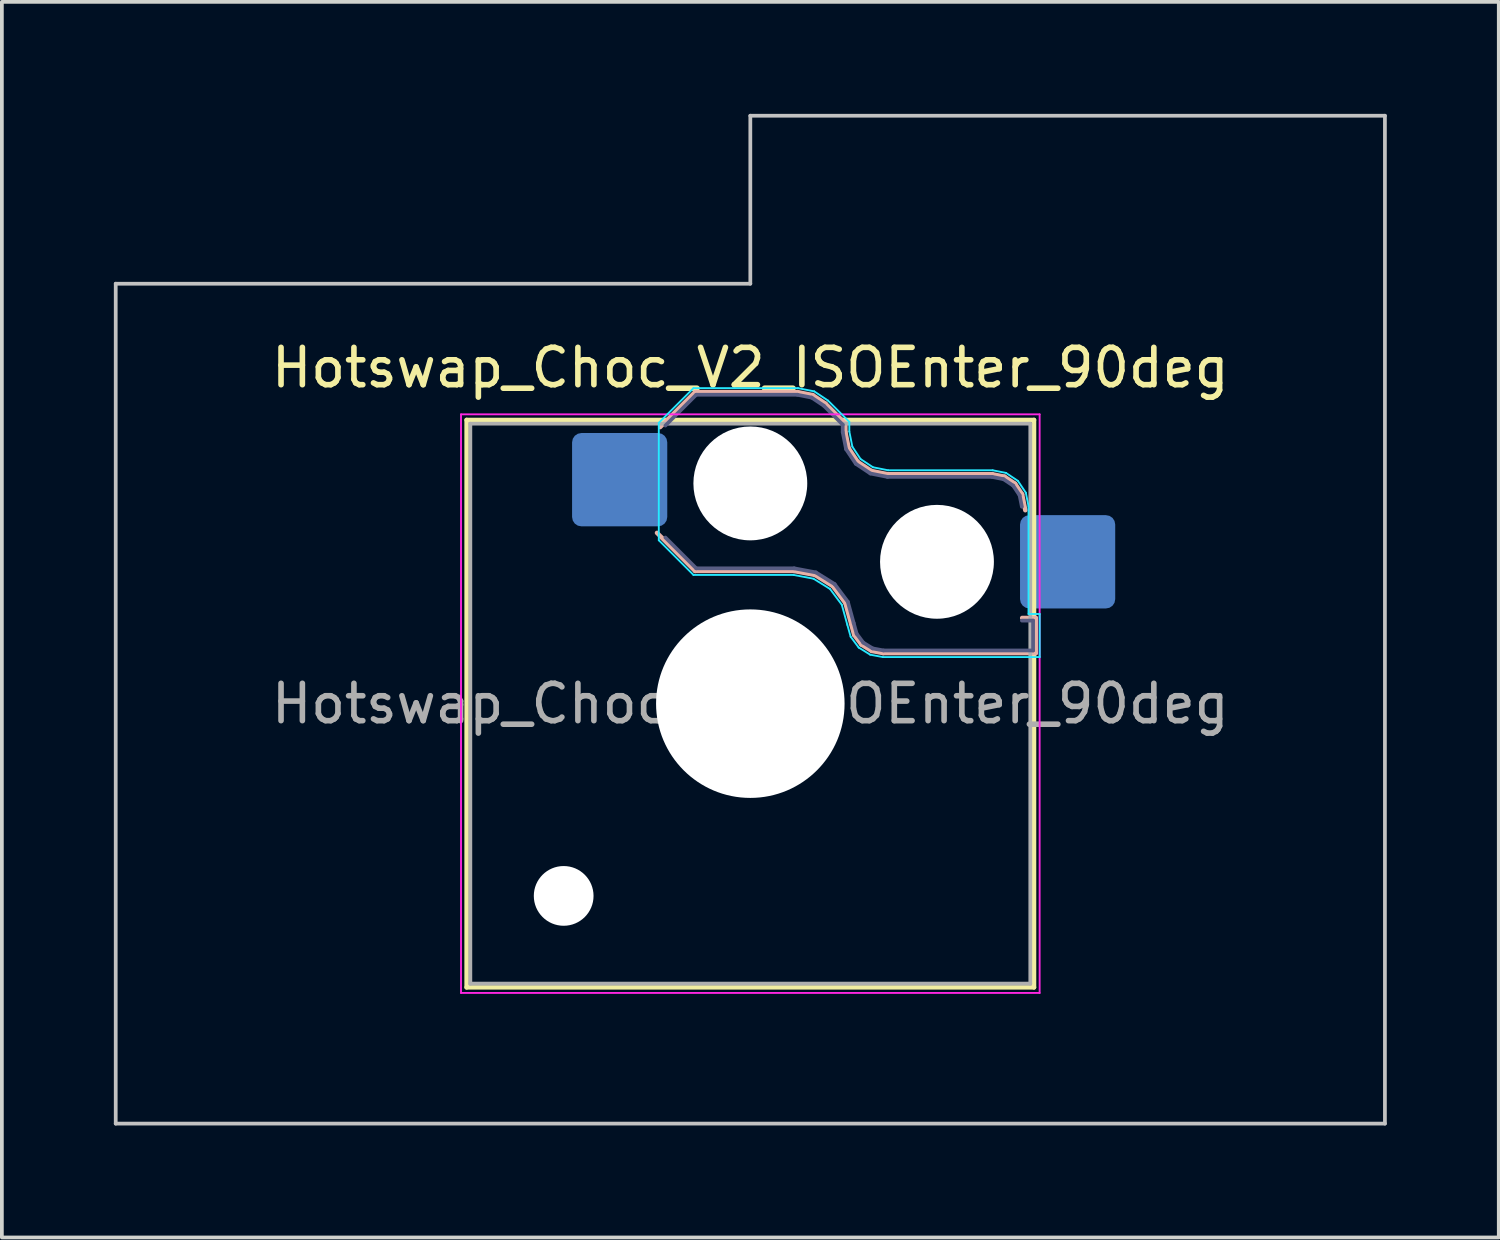
<source format=kicad_pcb>
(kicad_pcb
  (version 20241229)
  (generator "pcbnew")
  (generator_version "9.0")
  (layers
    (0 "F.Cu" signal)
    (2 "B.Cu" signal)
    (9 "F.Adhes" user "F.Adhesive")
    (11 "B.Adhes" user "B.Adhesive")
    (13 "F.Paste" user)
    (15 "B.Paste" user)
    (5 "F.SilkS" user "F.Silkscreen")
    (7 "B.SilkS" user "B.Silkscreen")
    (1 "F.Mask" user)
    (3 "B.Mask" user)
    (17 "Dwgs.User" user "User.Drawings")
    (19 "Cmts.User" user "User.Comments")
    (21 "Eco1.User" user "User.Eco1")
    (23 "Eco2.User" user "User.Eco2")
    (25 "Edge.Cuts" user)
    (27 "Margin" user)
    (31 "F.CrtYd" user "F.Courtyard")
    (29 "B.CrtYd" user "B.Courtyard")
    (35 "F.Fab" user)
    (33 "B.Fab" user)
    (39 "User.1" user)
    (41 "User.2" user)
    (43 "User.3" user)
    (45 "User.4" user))
  (footprint "Hotswap_Choc_V2_ISOEnter_90deg"
    (layer "F.Cu")
    (at 17.05 15.8)
    (property "Reference" "Hotswap_Choc_V2_ISOEnter_90deg" (at 0 -9 0) (layer "F.SilkS") (effects (font (size 1 1) (thickness 0.15))))
    (attr smd)
    (fp_line (start -7.6 -7.6) (end -7.6 7.6) (stroke (width 0.12) (type solid)) (layer "F.SilkS"))
    (fp_line (start -7.6 7.6) (end 7.6 7.6) (stroke (width 0.12) (type solid)) (layer "F.SilkS"))
    (fp_line (start 7.6 -7.6) (end -7.6 -7.6) (stroke (width 0.12) (type solid)) (layer "F.SilkS"))
    (fp_line (start 7.6 7.6) (end 7.6 -7.6) (stroke (width 0.12) (type solid)) (layer "F.SilkS"))
    (fp_line (start -2.416 -7.409) (end -1.479 -8.346) (stroke (width 0.12) (type solid)) (layer "B.SilkS"))
    (fp_line (start -1.479 -8.346) (end 1.268 -8.346) (stroke (width 0.12) (type solid)) (layer "B.SilkS"))
    (fp_line (start -1.479 -3.554) (end -2.5 -4.575) (stroke (width 0.12) (type solid)) (layer "B.SilkS"))
    (fp_line (start 1.168 -3.554) (end -1.479 -3.554) (stroke (width 0.12) (type solid)) (layer "B.SilkS"))
    (fp_line (start 1.268 -8.346) (end 1.671 -8.266) (stroke (width 0.12) (type solid)) (layer "B.SilkS"))
    (fp_line (start 1.671 -8.266) (end 2.013 -8.037) (stroke (width 0.12) (type solid)) (layer "B.SilkS"))
    (fp_line (start 1.73 -3.449) (end 1.168 -3.554) (stroke (width 0.12) (type solid)) (layer "B.SilkS"))
    (fp_line (start 2.013 -8.037) (end 2.546 -7.504) (stroke (width 0.12) (type solid)) (layer "B.SilkS"))
    (fp_line (start 2.209 -3.15) (end 1.73 -3.449) (stroke (width 0.12) (type solid)) (layer "B.SilkS"))
    (fp_line (start 2.546 -7.504) (end 2.546 -7.282) (stroke (width 0.12) (type solid)) (layer "B.SilkS"))
    (fp_line (start 2.546 -7.282) (end 2.633 -6.844) (stroke (width 0.12) (type solid)) (layer "B.SilkS"))
    (fp_line (start 2.547 -2.697) (end 2.209 -3.15) (stroke (width 0.12) (type solid)) (layer "B.SilkS"))
    (fp_line (start 2.633 -6.844) (end 2.877 -6.477) (stroke (width 0.12) (type solid)) (layer "B.SilkS"))
    (fp_line (start 2.701 -2.139) (end 2.547 -2.697) (stroke (width 0.12) (type solid)) (layer "B.SilkS"))
    (fp_line (start 2.783 -1.841) (end 2.701 -2.139) (stroke (width 0.12) (type solid)) (layer "B.SilkS"))
    (fp_line (start 2.877 -6.477) (end 3.244 -6.233) (stroke (width 0.12) (type solid)) (layer "B.SilkS"))
    (fp_line (start 2.976 -1.583) (end 2.783 -1.841) (stroke (width 0.12) (type solid)) (layer "B.SilkS"))
    (fp_line (start 3.244 -6.233) (end 3.682 -6.146) (stroke (width 0.12) (type solid)) (layer "B.SilkS"))
    (fp_line (start 3.25 -1.413) (end 2.976 -1.583) (stroke (width 0.12) (type solid)) (layer "B.SilkS"))
    (fp_line (start 3.56 -1.354) (end 3.25 -1.413) (stroke (width 0.12) (type solid)) (layer "B.SilkS"))
    (fp_line (start 3.682 -6.146) (end 6.482 -6.146) (stroke (width 0.12) (type solid)) (layer "B.SilkS"))
    (fp_line (start 6.482 -6.146) (end 6.809 -6.081) (stroke (width 0.12) (type solid)) (layer "B.SilkS"))
    (fp_line (start 6.809 -6.081) (end 7.092 -5.892) (stroke (width 0.12) (type solid)) (layer "B.SilkS"))
    (fp_line (start 7.092 -5.892) (end 7.281 -5.609) (stroke (width 0.12) (type solid)) (layer "B.SilkS"))
    (fp_line (start 7.281 -5.609) (end 7.366 -5.182) (stroke (width 0.12) (type solid)) (layer "B.SilkS"))
    (fp_line (start 7.283 -2.296) (end 7.646 -2.296) (stroke (width 0.12) (type solid)) (layer "B.SilkS"))
    (fp_line (start 7.646 -2.296) (end 7.646 -1.354) (stroke (width 0.12) (type solid)) (layer "B.SilkS"))
    (fp_line (start 7.646 -1.354) (end 3.56 -1.354) (stroke (width 0.12) (type solid)) (layer "B.SilkS"))
    (fp_line (start -17 -11.25) (end -17 11.25) (stroke (width 0.1) (type solid)) (layer "Dwgs.User"))
    (fp_line (start -17 11.25) (end 17 11.25) (stroke (width 0.1) (type solid)) (layer "Dwgs.User"))
    (fp_line (start 0 -15.75) (end 0 -11.25) (stroke (width 0.1) (type solid)) (layer "Dwgs.User"))
    (fp_line (start 0 -11.25) (end -17 -11.25) (stroke (width 0.1) (type solid)) (layer "Dwgs.User"))
    (fp_line (start 17 -15.75) (end 0 -15.75) (stroke (width 0.1) (type solid)) (layer "Dwgs.User"))
    (fp_line (start 17 11.25) (end 17 -15.75) (stroke (width 0.1) (type solid)) (layer "Dwgs.User"))
    (fp_line (start -7.25 -7.25) (end -7.25 7.25) (stroke (width 0.1) (type solid)) (layer "Eco1.User"))
    (fp_line (start -7.25 7.25) (end 7.25 7.25) (stroke (width 0.1) (type solid)) (layer "Eco1.User"))
    (fp_line (start 7.25 -7.25) (end -7.25 -7.25) (stroke (width 0.1) (type solid)) (layer "Eco1.User"))
    (fp_line (start 7.25 7.25) (end 7.25 -7.25) (stroke (width 0.1) (type solid)) (layer "Eco1.User"))
    (fp_line (start -2.452 -7.523) (end -1.523 -8.452) (stroke (width 0.05) (type solid)) (layer "B.CrtYd"))
    (fp_line (start -2.452 -4.377) (end -2.452 -7.523) (stroke (width 0.05) (type solid)) (layer "B.CrtYd"))
    (fp_line (start -1.523 -8.452) (end 1.278 -8.452) (stroke (width 0.05) (type solid)) (layer "B.CrtYd"))
    (fp_line (start -1.523 -3.448) (end -2.452 -4.377) (stroke (width 0.05) (type solid)) (layer "B.CrtYd"))
    (fp_line (start 1.159 -3.448) (end -1.523 -3.448) (stroke (width 0.05) (type solid)) (layer "B.CrtYd"))
    (fp_line (start 1.278 -8.452) (end 1.712 -8.366) (stroke (width 0.05) (type solid)) (layer "B.CrtYd"))
    (fp_line (start 1.691 -3.348) (end 1.159 -3.448) (stroke (width 0.05) (type solid)) (layer "B.CrtYd"))
    (fp_line (start 1.712 -8.366) (end 2.081 -8.119) (stroke (width 0.05) (type solid)) (layer "B.CrtYd"))
    (fp_line (start 2.081 -8.119) (end 2.652 -7.548) (stroke (width 0.05) (type solid)) (layer "B.CrtYd"))
    (fp_line (start 2.136 -3.071) (end 1.691 -3.348) (stroke (width 0.05) (type solid)) (layer "B.CrtYd"))
    (fp_line (start 2.45 -2.65) (end 2.136 -3.071) (stroke (width 0.05) (type solid)) (layer "B.CrtYd"))
    (fp_line (start 2.599 -2.111) (end 2.45 -2.65) (stroke (width 0.05) (type solid)) (layer "B.CrtYd"))
    (fp_line (start 2.652 -7.548) (end 2.652 -7.292) (stroke (width 0.05) (type solid)) (layer "B.CrtYd"))
    (fp_line (start 2.652 -7.292) (end 2.733 -6.885) (stroke (width 0.05) (type solid)) (layer "B.CrtYd"))
    (fp_line (start 2.687 -1.794) (end 2.599 -2.111) (stroke (width 0.05) (type solid)) (layer "B.CrtYd"))
    (fp_line (start 2.733 -6.885) (end 2.953 -6.553) (stroke (width 0.05) (type solid)) (layer "B.CrtYd"))
    (fp_line (start 2.903 -1.503) (end 2.687 -1.794) (stroke (width 0.05) (type solid)) (layer "B.CrtYd"))
    (fp_line (start 2.953 -6.553) (end 3.285 -6.333) (stroke (width 0.05) (type solid)) (layer "B.CrtYd"))
    (fp_line (start 3.211 -1.312) (end 2.903 -1.503) (stroke (width 0.05) (type solid)) (layer "B.CrtYd"))
    (fp_line (start 3.285 -6.333) (end 3.692 -6.252) (stroke (width 0.05) (type solid)) (layer "B.CrtYd"))
    (fp_line (start 3.55 -1.248) (end 3.211 -1.312) (stroke (width 0.05) (type solid)) (layer "B.CrtYd"))
    (fp_line (start 3.692 -6.252) (end 6.492 -6.252) (stroke (width 0.05) (type solid)) (layer "B.CrtYd"))
    (fp_line (start 6.492 -6.252) (end 6.85 -6.181) (stroke (width 0.05) (type solid)) (layer "B.CrtYd"))
    (fp_line (start 6.85 -6.181) (end 7.168 -5.968) (stroke (width 0.05) (type solid)) (layer "B.CrtYd"))
    (fp_line (start 7.168 -5.968) (end 7.381 -5.65) (stroke (width 0.05) (type solid)) (layer "B.CrtYd"))
    (fp_line (start 7.381 -5.65) (end 7.452 -5.292) (stroke (width 0.05) (type solid)) (layer "B.CrtYd"))
    (fp_line (start 7.452 -5.292) (end 7.452 -2.402) (stroke (width 0.05) (type solid)) (layer "B.CrtYd"))
    (fp_line (start 7.452 -2.402) (end 7.752 -2.402) (stroke (width 0.05) (type solid)) (layer "B.CrtYd"))
    (fp_line (start 7.752 -2.402) (end 7.752 -1.248) (stroke (width 0.05) (type solid)) (layer "B.CrtYd"))
    (fp_line (start 7.752 -1.248) (end 3.55 -1.248) (stroke (width 0.05) (type solid)) (layer "B.CrtYd"))
    (fp_line (start -7.75 -7.75) (end -7.75 7.75) (stroke (width 0.05) (type solid)) (layer "F.CrtYd"))
    (fp_line (start -7.75 7.75) (end 7.75 7.75) (stroke (width 0.05) (type solid)) (layer "F.CrtYd"))
    (fp_line (start 7.75 -7.75) (end -7.75 -7.75) (stroke (width 0.05) (type solid)) (layer "F.CrtYd"))
    (fp_line (start 7.75 7.75) (end 7.75 -7.75) (stroke (width 0.05) (type solid)) (layer "F.CrtYd"))
    (fp_line (start -2.275 -7.45) (end -1.45 -8.275) (stroke (width 0.1) (type solid)) (layer "B.Fab"))
    (fp_line (start -1.45 -8.275) (end 1.261 -8.275) (stroke (width 0.1) (type solid)) (layer "B.Fab"))
    (fp_line (start -1.45 -3.625) (end -2.275 -4.45) (stroke (width 0.1) (type solid)) (layer "B.Fab"))
    (fp_line (start 1.175 -3.625) (end -1.45 -3.625) (stroke (width 0.1) (type solid)) (layer "B.Fab"))
    (fp_line (start 1.261 -8.275) (end 1.643 -8.199) (stroke (width 0.1) (type solid)) (layer "B.Fab"))
    (fp_line (start 1.643 -8.199) (end 1.968 -7.982) (stroke (width 0.1) (type solid)) (layer "B.Fab"))
    (fp_line (start 1.756 -3.516) (end 1.175 -3.625) (stroke (width 0.1) (type solid)) (layer "B.Fab"))
    (fp_line (start 1.968 -7.982) (end 2.475 -7.475) (stroke (width 0.1) (type solid)) (layer "B.Fab"))
    (fp_line (start 2.258 -3.203) (end 1.756 -3.516) (stroke (width 0.1) (type solid)) (layer "B.Fab"))
    (fp_line (start 2.475 -7.475) (end 2.475 -7.275) (stroke (width 0.1) (type solid)) (layer "B.Fab"))
    (fp_line (start 2.475 -7.275) (end 2.566 -6.816) (stroke (width 0.1) (type solid)) (layer "B.Fab"))
    (fp_line (start 2.566 -6.816) (end 2.826 -6.426) (stroke (width 0.1) (type solid)) (layer "B.Fab"))
    (fp_line (start 2.612 -2.729) (end 2.258 -3.203) (stroke (width 0.1) (type solid)) (layer "B.Fab"))
    (fp_line (start 2.769 -2.158) (end 2.612 -2.729) (stroke (width 0.1) (type solid)) (layer "B.Fab"))
    (fp_line (start 2.826 -6.426) (end 3.216 -6.166) (stroke (width 0.1) (type solid)) (layer "B.Fab"))
    (fp_line (start 2.848 -1.873) (end 2.769 -2.158) (stroke (width 0.1) (type solid)) (layer "B.Fab"))
    (fp_line (start 3.025 -1.636) (end 2.848 -1.873) (stroke (width 0.1) (type solid)) (layer "B.Fab"))
    (fp_line (start 3.216 -6.166) (end 3.675 -6.075) (stroke (width 0.1) (type solid)) (layer "B.Fab"))
    (fp_line (start 3.276 -1.48) (end 3.025 -1.636) (stroke (width 0.1) (type solid)) (layer "B.Fab"))
    (fp_line (start 3.567 -1.425) (end 3.276 -1.48) (stroke (width 0.1) (type solid)) (layer "B.Fab"))
    (fp_line (start 3.675 -6.075) (end 6.475 -6.075) (stroke (width 0.1) (type solid)) (layer "B.Fab"))
    (fp_line (start 6.475 -6.075) (end 6.781 -6.014) (stroke (width 0.1) (type solid)) (layer "B.Fab"))
    (fp_line (start 6.781 -6.014) (end 7.041 -5.841) (stroke (width 0.1) (type solid)) (layer "B.Fab"))
    (fp_line (start 7.041 -5.841) (end 7.214 -5.581) (stroke (width 0.1) (type solid)) (layer "B.Fab"))
    (fp_line (start 7.214 -5.581) (end 7.275 -5.275) (stroke (width 0.1) (type solid)) (layer "B.Fab"))
    (fp_line (start 7.275 -2.225) (end 7.575 -2.225) (stroke (width 0.1) (type solid)) (layer "B.Fab"))
    (fp_line (start 7.575 -2.225) (end 7.575 -1.425) (stroke (width 0.1) (type solid)) (layer "B.Fab"))
    (fp_line (start 7.575 -1.425) (end 3.567 -1.425) (stroke (width 0.1) (type solid)) (layer "B.Fab"))
    (fp_line (start -7.5 -7.5) (end -7.5 7.5) (stroke (width 0.1) (type solid)) (layer "F.Fab"))
    (fp_line (start -7.5 7.5) (end 7.5 7.5) (stroke (width 0.1) (type solid)) (layer "F.Fab"))
    (fp_line (start 7.5 -7.5) (end -7.5 -7.5) (stroke (width 0.1) (type solid)) (layer "F.Fab"))
    (fp_line (start 7.5 7.5) (end 7.5 -7.5) (stroke (width 0.1) (type solid)) (layer "F.Fab"))
    (fp_text user "${REFERENCE}" (at 0 0 0) (layer "F.Fab") (effects (font (size 1 1) (thickness 0.15))))
    (pad "" np_thru_hole circle (at -5 5.15) (size 1.6 1.6) (drill 1.6) (layers "*.Cu" "*.Mask"))
    (pad "" np_thru_hole circle (at 0 -5.9) (size 3.05 3.05) (drill 3.05) (layers "*.Cu" "*.Mask"))
    (pad "" np_thru_hole circle (at 0 0) (size 5.05 5.05) (drill 5.05) (layers "*.Cu" "*.Mask"))
    (pad "" np_thru_hole circle (at 5 -3.8) (size 3.05 3.05) (drill 3.05) (layers "*.Cu" "*.Mask"))
    (pad "1" smd roundrect (at -3.5 -6) (size 2.55 2.5) (layers "B.Cu" "B.Mask" "B.Paste") (roundrect_rratio 0.1))
    (pad "2" smd roundrect (at 8.5 -3.8) (size 2.55 2.5) (layers "B.Cu" "B.Mask" "B.Paste") (roundrect_rratio 0.1)))
  (gr_rect
    (start -3 -3)
    (end 37.1 30.1)
    (stroke (width 0.1) (type default))
    (fill no)
    (layer "Edge.Cuts")))
</source>
